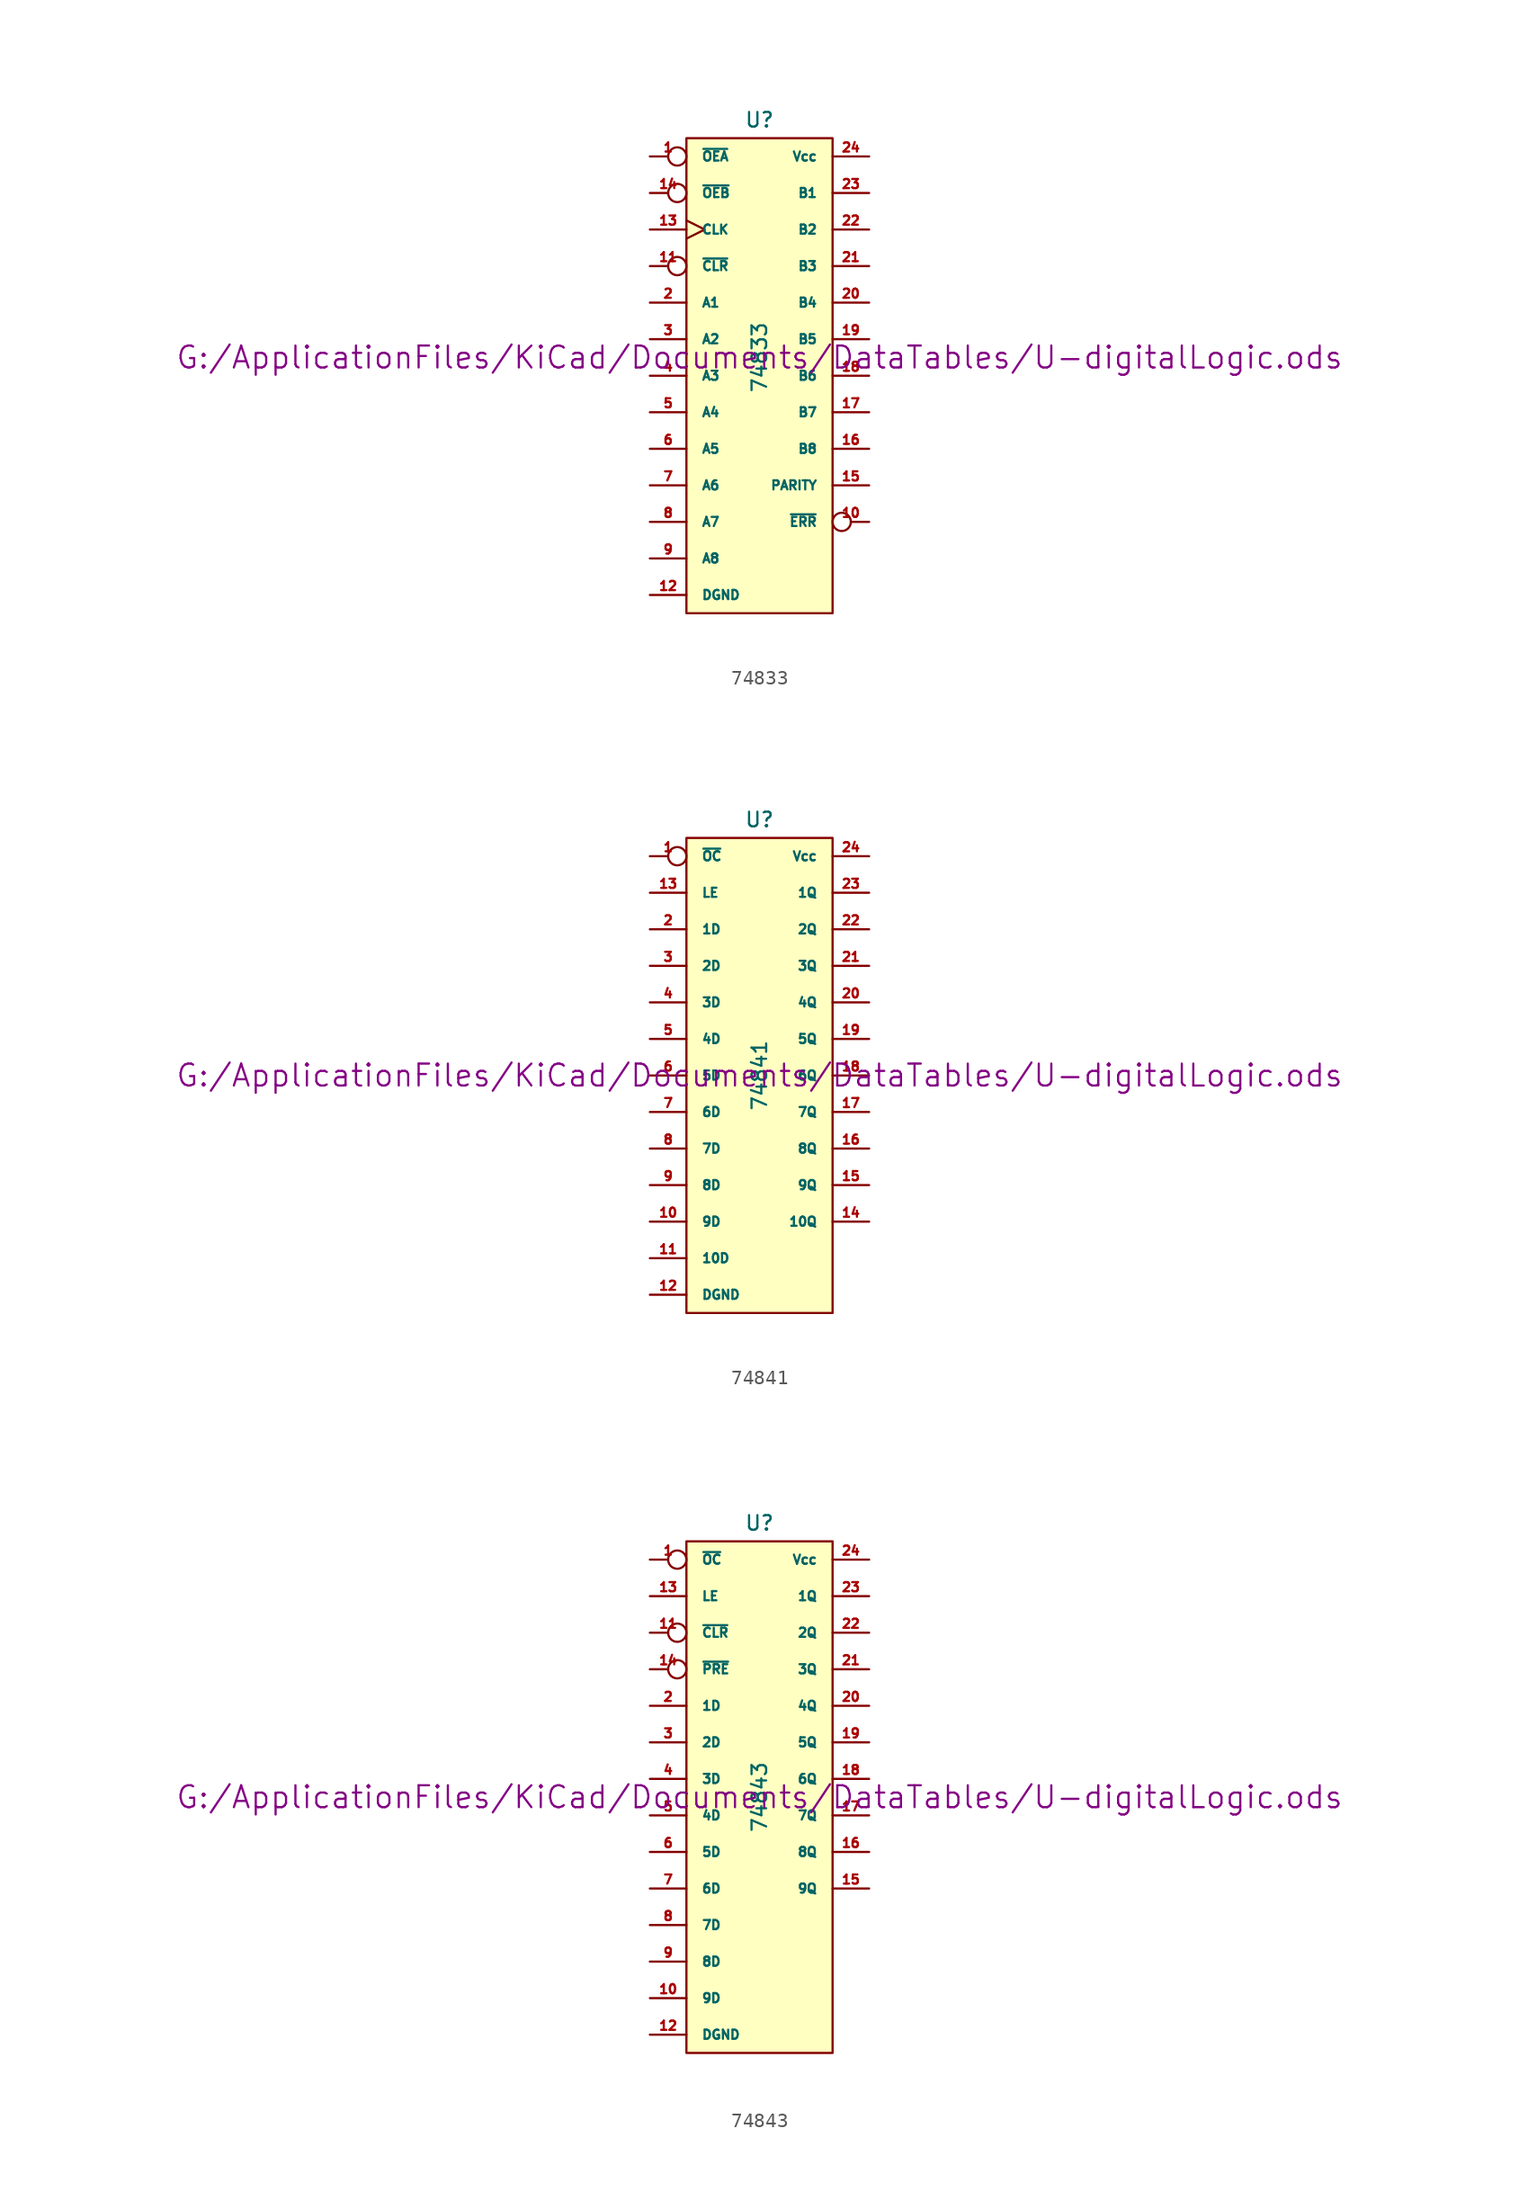
<source format=kicad_sym>
(kicad_symbol_lib
  (version 20211014)
  (generator kicad_symbol_editor)
  (symbol "74833"
    (pin_names
      (offset 1.016))
    (property "Reference" "U"
      (at 0 16.51 0)
      (effects (font (size 1.016 1.016))))
    (property "Value" "74833"
      (at 0 0 90)
      (effects (font (size 1.016 1.016))))
    (property "Footprint" ""
      (at 0 0 0)
      (effects (font (size 1.524 1.524))))
    (property "Datasheet" "G:/ApplicationFiles/KiCad/Documents/DataTables/U-digitalLogic.ods"
      (at 0 0 0)
      (effects (font (size 1.524 1.524))))
    (symbol "74833_0_1"
      (rectangle (start -5.08 15.24) (end 5.08 -17.78) (stroke (width 0) (type default) (color 0 0 0 0)) (fill (type background))))
    (symbol "74833_1_1"
      (pin input inverted (at -7.62 13.97 0) (length 2.54) (name "~{OEA}" (effects (font (size 0.635 0.635)))) (number "1" (effects (font (size 0.635 0.635)))))
      (pin output inverted (at 7.62 -11.43 180) (length 2.54) (name "~{ERR}" (effects (font (size 0.635 0.635)))) (number "10" (effects (font (size 0.635 0.635)))))
      (pin input inverted (at -7.62 6.35 0) (length 2.54) (name "~{CLR}" (effects (font (size 0.635 0.635)))) (number "11" (effects (font (size 0.635 0.635)))))
      (pin power_in line (at -7.62 -16.51 0) (length 2.54) (name "DGND" (effects (font (size 0.635 0.635)))) (number "12" (effects (font (size 0.635 0.635)))))
      (pin input clock (at -7.62 8.89 0) (length 2.54) (name "CLK" (effects (font (size 0.635 0.635)))) (number "13" (effects (font (size 0.635 0.635)))))
      (pin input inverted (at -7.62 11.43 0) (length 2.54) (name "~{OEB}" (effects (font (size 0.635 0.635)))) (number "14" (effects (font (size 0.635 0.635)))))
      (pin output line (at 7.62 -8.89 180) (length 2.54) (name "PARITY" (effects (font (size 0.635 0.635)))) (number "15" (effects (font (size 0.635 0.635)))))
      (pin bidirectional line (at 7.62 -6.35 180) (length 2.54) (name "B8" (effects (font (size 0.635 0.635)))) (number "16" (effects (font (size 0.635 0.635)))))
      (pin bidirectional line (at 7.62 -3.81 180) (length 2.54) (name "B7" (effects (font (size 0.635 0.635)))) (number "17" (effects (font (size 0.635 0.635)))))
      (pin bidirectional line (at 7.62 -1.27 180) (length 2.54) (name "B6" (effects (font (size 0.635 0.635)))) (number "18" (effects (font (size 0.635 0.635)))))
      (pin bidirectional line (at 7.62 1.27 180) (length 2.54) (name "B5" (effects (font (size 0.635 0.635)))) (number "19" (effects (font (size 0.635 0.635)))))
      (pin bidirectional line (at -7.62 3.81 0) (length 2.54) (name "A1" (effects (font (size 0.635 0.635)))) (number "2" (effects (font (size 0.635 0.635)))))
      (pin bidirectional line (at 7.62 3.81 180) (length 2.54) (name "B4" (effects (font (size 0.635 0.635)))) (number "20" (effects (font (size 0.635 0.635)))))
      (pin bidirectional line (at 7.62 6.35 180) (length 2.54) (name "B3" (effects (font (size 0.635 0.635)))) (number "21" (effects (font (size 0.635 0.635)))))
      (pin bidirectional line (at 7.62 8.89 180) (length 2.54) (name "B2" (effects (font (size 0.635 0.635)))) (number "22" (effects (font (size 0.635 0.635)))))
      (pin bidirectional line (at 7.62 11.43 180) (length 2.54) (name "B1" (effects (font (size 0.635 0.635)))) (number "23" (effects (font (size 0.635 0.635)))))
      (pin power_in line (at 7.62 13.97 180) (length 2.54) (name "Vcc" (effects (font (size 0.635 0.635)))) (number "24" (effects (font (size 0.635 0.635)))))
      (pin bidirectional line (at -7.62 1.27 0) (length 2.54) (name "A2" (effects (font (size 0.635 0.635)))) (number "3" (effects (font (size 0.635 0.635)))))
      (pin bidirectional line (at -7.62 -1.27 0) (length 2.54) (name "A3" (effects (font (size 0.635 0.635)))) (number "4" (effects (font (size 0.635 0.635)))))
      (pin bidirectional line (at -7.62 -3.81 0) (length 2.54) (name "A4" (effects (font (size 0.635 0.635)))) (number "5" (effects (font (size 0.635 0.635)))))
      (pin bidirectional line (at -7.62 -6.35 0) (length 2.54) (name "A5" (effects (font (size 0.635 0.635)))) (number "6" (effects (font (size 0.635 0.635)))))
      (pin bidirectional line (at -7.62 -8.89 0) (length 2.54) (name "A6" (effects (font (size 0.635 0.635)))) (number "7" (effects (font (size 0.635 0.635)))))
      (pin bidirectional line (at -7.62 -11.43 0) (length 2.54) (name "A7" (effects (font (size 0.635 0.635)))) (number "8" (effects (font (size 0.635 0.635)))))
      (pin bidirectional line (at -7.62 -13.97 0) (length 2.54) (name "A8" (effects (font (size 0.635 0.635)))) (number "9" (effects (font (size 0.635 0.635)))))))
  (symbol "74841"
    (pin_names
      (offset 1.016))
    (property "Reference" "U"
      (at 0 17.78 0)
      (effects (font (size 1.016 1.016))))
    (property "Value" "74841"
      (at 0 0 90)
      (effects (font (size 1.016 1.016))))
    (property "Footprint" ""
      (at 0 0 0)
      (effects (font (size 1.524 1.524))))
    (property "Datasheet" "G:/ApplicationFiles/KiCad/Documents/DataTables/U-digitalLogic.ods"
      (at 0 0 0)
      (effects (font (size 1.524 1.524))))
    (symbol "74841_0_1"
      (rectangle (start -5.08 16.51) (end 5.08 -16.51) (stroke (width 0) (type default) (color 0 0 0 0)) (fill (type background))))
    (symbol "74841_1_1"
      (pin input inverted (at -7.62 15.24 0) (length 2.54) (name "~{OC}" (effects (font (size 0.635 0.635)))) (number "1" (effects (font (size 0.635 0.635)))))
      (pin input line (at -7.62 -10.16 0) (length 2.54) (name "9D" (effects (font (size 0.635 0.635)))) (number "10" (effects (font (size 0.635 0.635)))))
      (pin input line (at -7.62 -12.7 0) (length 2.54) (name "10D" (effects (font (size 0.635 0.635)))) (number "11" (effects (font (size 0.635 0.635)))))
      (pin power_in line (at -7.62 -15.24 0) (length 2.54) (name "DGND" (effects (font (size 0.635 0.635)))) (number "12" (effects (font (size 0.635 0.635)))))
      (pin input line (at -7.62 12.7 0) (length 2.54) (name "LE" (effects (font (size 0.635 0.635)))) (number "13" (effects (font (size 0.635 0.635)))))
      (pin tri_state line (at 7.62 -10.16 180) (length 2.54) (name "10Q" (effects (font (size 0.635 0.635)))) (number "14" (effects (font (size 0.635 0.635)))))
      (pin tri_state line (at 7.62 -7.62 180) (length 2.54) (name "9Q" (effects (font (size 0.635 0.635)))) (number "15" (effects (font (size 0.635 0.635)))))
      (pin tri_state line (at 7.62 -5.08 180) (length 2.54) (name "8Q" (effects (font (size 0.635 0.635)))) (number "16" (effects (font (size 0.635 0.635)))))
      (pin tri_state line (at 7.62 -2.54 180) (length 2.54) (name "7Q" (effects (font (size 0.635 0.635)))) (number "17" (effects (font (size 0.635 0.635)))))
      (pin tri_state line (at 7.62 0 180) (length 2.54) (name "6Q" (effects (font (size 0.635 0.635)))) (number "18" (effects (font (size 0.635 0.635)))))
      (pin tri_state line (at 7.62 2.54 180) (length 2.54) (name "5Q" (effects (font (size 0.635 0.635)))) (number "19" (effects (font (size 0.635 0.635)))))
      (pin input line (at -7.62 10.16 0) (length 2.54) (name "1D" (effects (font (size 0.635 0.635)))) (number "2" (effects (font (size 0.635 0.635)))))
      (pin tri_state line (at 7.62 5.08 180) (length 2.54) (name "4Q" (effects (font (size 0.635 0.635)))) (number "20" (effects (font (size 0.635 0.635)))))
      (pin tri_state line (at 7.62 7.62 180) (length 2.54) (name "3Q" (effects (font (size 0.635 0.635)))) (number "21" (effects (font (size 0.635 0.635)))))
      (pin tri_state line (at 7.62 10.16 180) (length 2.54) (name "2Q" (effects (font (size 0.635 0.635)))) (number "22" (effects (font (size 0.635 0.635)))))
      (pin tri_state line (at 7.62 12.7 180) (length 2.54) (name "1Q" (effects (font (size 0.635 0.635)))) (number "23" (effects (font (size 0.635 0.635)))))
      (pin power_in line (at 7.62 15.24 180) (length 2.54) (name "Vcc" (effects (font (size 0.635 0.635)))) (number "24" (effects (font (size 0.635 0.635)))))
      (pin input line (at -7.62 7.62 0) (length 2.54) (name "2D" (effects (font (size 0.635 0.635)))) (number "3" (effects (font (size 0.635 0.635)))))
      (pin input line (at -7.62 5.08 0) (length 2.54) (name "3D" (effects (font (size 0.635 0.635)))) (number "4" (effects (font (size 0.635 0.635)))))
      (pin input line (at -7.62 2.54 0) (length 2.54) (name "4D" (effects (font (size 0.635 0.635)))) (number "5" (effects (font (size 0.635 0.635)))))
      (pin input line (at -7.62 0 0) (length 2.54) (name "5D" (effects (font (size 0.635 0.635)))) (number "6" (effects (font (size 0.635 0.635)))))
      (pin input line (at -7.62 -2.54 0) (length 2.54) (name "6D" (effects (font (size 0.635 0.635)))) (number "7" (effects (font (size 0.635 0.635)))))
      (pin input line (at -7.62 -5.08 0) (length 2.54) (name "7D" (effects (font (size 0.635 0.635)))) (number "8" (effects (font (size 0.635 0.635)))))
      (pin input line (at -7.62 -7.62 0) (length 2.54) (name "8D" (effects (font (size 0.635 0.635)))) (number "9" (effects (font (size 0.635 0.635)))))))
  (symbol "74843"
    (pin_names
      (offset 1.016))
    (property "Reference" "U"
      (at 0 19.05 0)
      (effects (font (size 1.016 1.016))))
    (property "Value" "74843"
      (at 0 0 90)
      (effects (font (size 1.016 1.016))))
    (property "Footprint" ""
      (at 0 0 0)
      (effects (font (size 1.524 1.524))))
    (property "Datasheet" "G:/ApplicationFiles/KiCad/Documents/DataTables/U-digitalLogic.ods"
      (at 0 0 0)
      (effects (font (size 1.524 1.524))))
    (symbol "74843_0_1"
      (rectangle (start -5.08 17.78) (end 5.08 -17.78) (stroke (width 0) (type default) (color 0 0 0 0)) (fill (type background))))
    (symbol "74843_1_1"
      (pin input inverted (at -7.62 16.51 0) (length 2.54) (name "~{OC}" (effects (font (size 0.635 0.635)))) (number "1" (effects (font (size 0.635 0.635)))))
      (pin input line (at -7.62 -13.97 0) (length 2.54) (name "9D" (effects (font (size 0.635 0.635)))) (number "10" (effects (font (size 0.635 0.635)))))
      (pin input inverted (at -7.62 11.43 0) (length 2.54) (name "~{CLR}" (effects (font (size 0.635 0.635)))) (number "11" (effects (font (size 0.635 0.635)))))
      (pin power_in line (at -7.62 -16.51 0) (length 2.54) (name "DGND" (effects (font (size 0.635 0.635)))) (number "12" (effects (font (size 0.635 0.635)))))
      (pin input line (at -7.62 13.97 0) (length 2.54) (name "LE" (effects (font (size 0.635 0.635)))) (number "13" (effects (font (size 0.635 0.635)))))
      (pin input inverted (at -7.62 8.89 0) (length 2.54) (name "~{PRE}" (effects (font (size 0.635 0.635)))) (number "14" (effects (font (size 0.635 0.635)))))
      (pin tri_state line (at 7.62 -6.35 180) (length 2.54) (name "9Q" (effects (font (size 0.635 0.635)))) (number "15" (effects (font (size 0.635 0.635)))))
      (pin tri_state line (at 7.62 -3.81 180) (length 2.54) (name "8Q" (effects (font (size 0.635 0.635)))) (number "16" (effects (font (size 0.635 0.635)))))
      (pin tri_state line (at 7.62 -1.27 180) (length 2.54) (name "7Q" (effects (font (size 0.635 0.635)))) (number "17" (effects (font (size 0.635 0.635)))))
      (pin tri_state line (at 7.62 1.27 180) (length 2.54) (name "6Q" (effects (font (size 0.635 0.635)))) (number "18" (effects (font (size 0.635 0.635)))))
      (pin tri_state line (at 7.62 3.81 180) (length 2.54) (name "5Q" (effects (font (size 0.635 0.635)))) (number "19" (effects (font (size 0.635 0.635)))))
      (pin input line (at -7.62 6.35 0) (length 2.54) (name "1D" (effects (font (size 0.635 0.635)))) (number "2" (effects (font (size 0.635 0.635)))))
      (pin tri_state line (at 7.62 6.35 180) (length 2.54) (name "4Q" (effects (font (size 0.635 0.635)))) (number "20" (effects (font (size 0.635 0.635)))))
      (pin tri_state line (at 7.62 8.89 180) (length 2.54) (name "3Q" (effects (font (size 0.635 0.635)))) (number "21" (effects (font (size 0.635 0.635)))))
      (pin tri_state line (at 7.62 11.43 180) (length 2.54) (name "2Q" (effects (font (size 0.635 0.635)))) (number "22" (effects (font (size 0.635 0.635)))))
      (pin tri_state line (at 7.62 13.97 180) (length 2.54) (name "1Q" (effects (font (size 0.635 0.635)))) (number "23" (effects (font (size 0.635 0.635)))))
      (pin power_in line (at 7.62 16.51 180) (length 2.54) (name "Vcc" (effects (font (size 0.635 0.635)))) (number "24" (effects (font (size 0.635 0.635)))))
      (pin input line (at -7.62 3.81 0) (length 2.54) (name "2D" (effects (font (size 0.635 0.635)))) (number "3" (effects (font (size 0.635 0.635)))))
      (pin input line (at -7.62 1.27 0) (length 2.54) (name "3D" (effects (font (size 0.635 0.635)))) (number "4" (effects (font (size 0.635 0.635)))))
      (pin input line (at -7.62 -1.27 0) (length 2.54) (name "4D" (effects (font (size 0.635 0.635)))) (number "5" (effects (font (size 0.635 0.635)))))
      (pin input line (at -7.62 -3.81 0) (length 2.54) (name "5D" (effects (font (size 0.635 0.635)))) (number "6" (effects (font (size 0.635 0.635)))))
      (pin input line (at -7.62 -6.35 0) (length 2.54) (name "6D" (effects (font (size 0.635 0.635)))) (number "7" (effects (font (size 0.635 0.635)))))
      (pin input line (at -7.62 -8.89 0) (length 2.54) (name "7D" (effects (font (size 0.635 0.635)))) (number "8" (effects (font (size 0.635 0.635)))))
      (pin input line (at -7.62 -11.43 0) (length 2.54) (name "8D" (effects (font (size 0.635 0.635)))) (number "9" (effects (font (size 0.635 0.635))))))))
</source>
